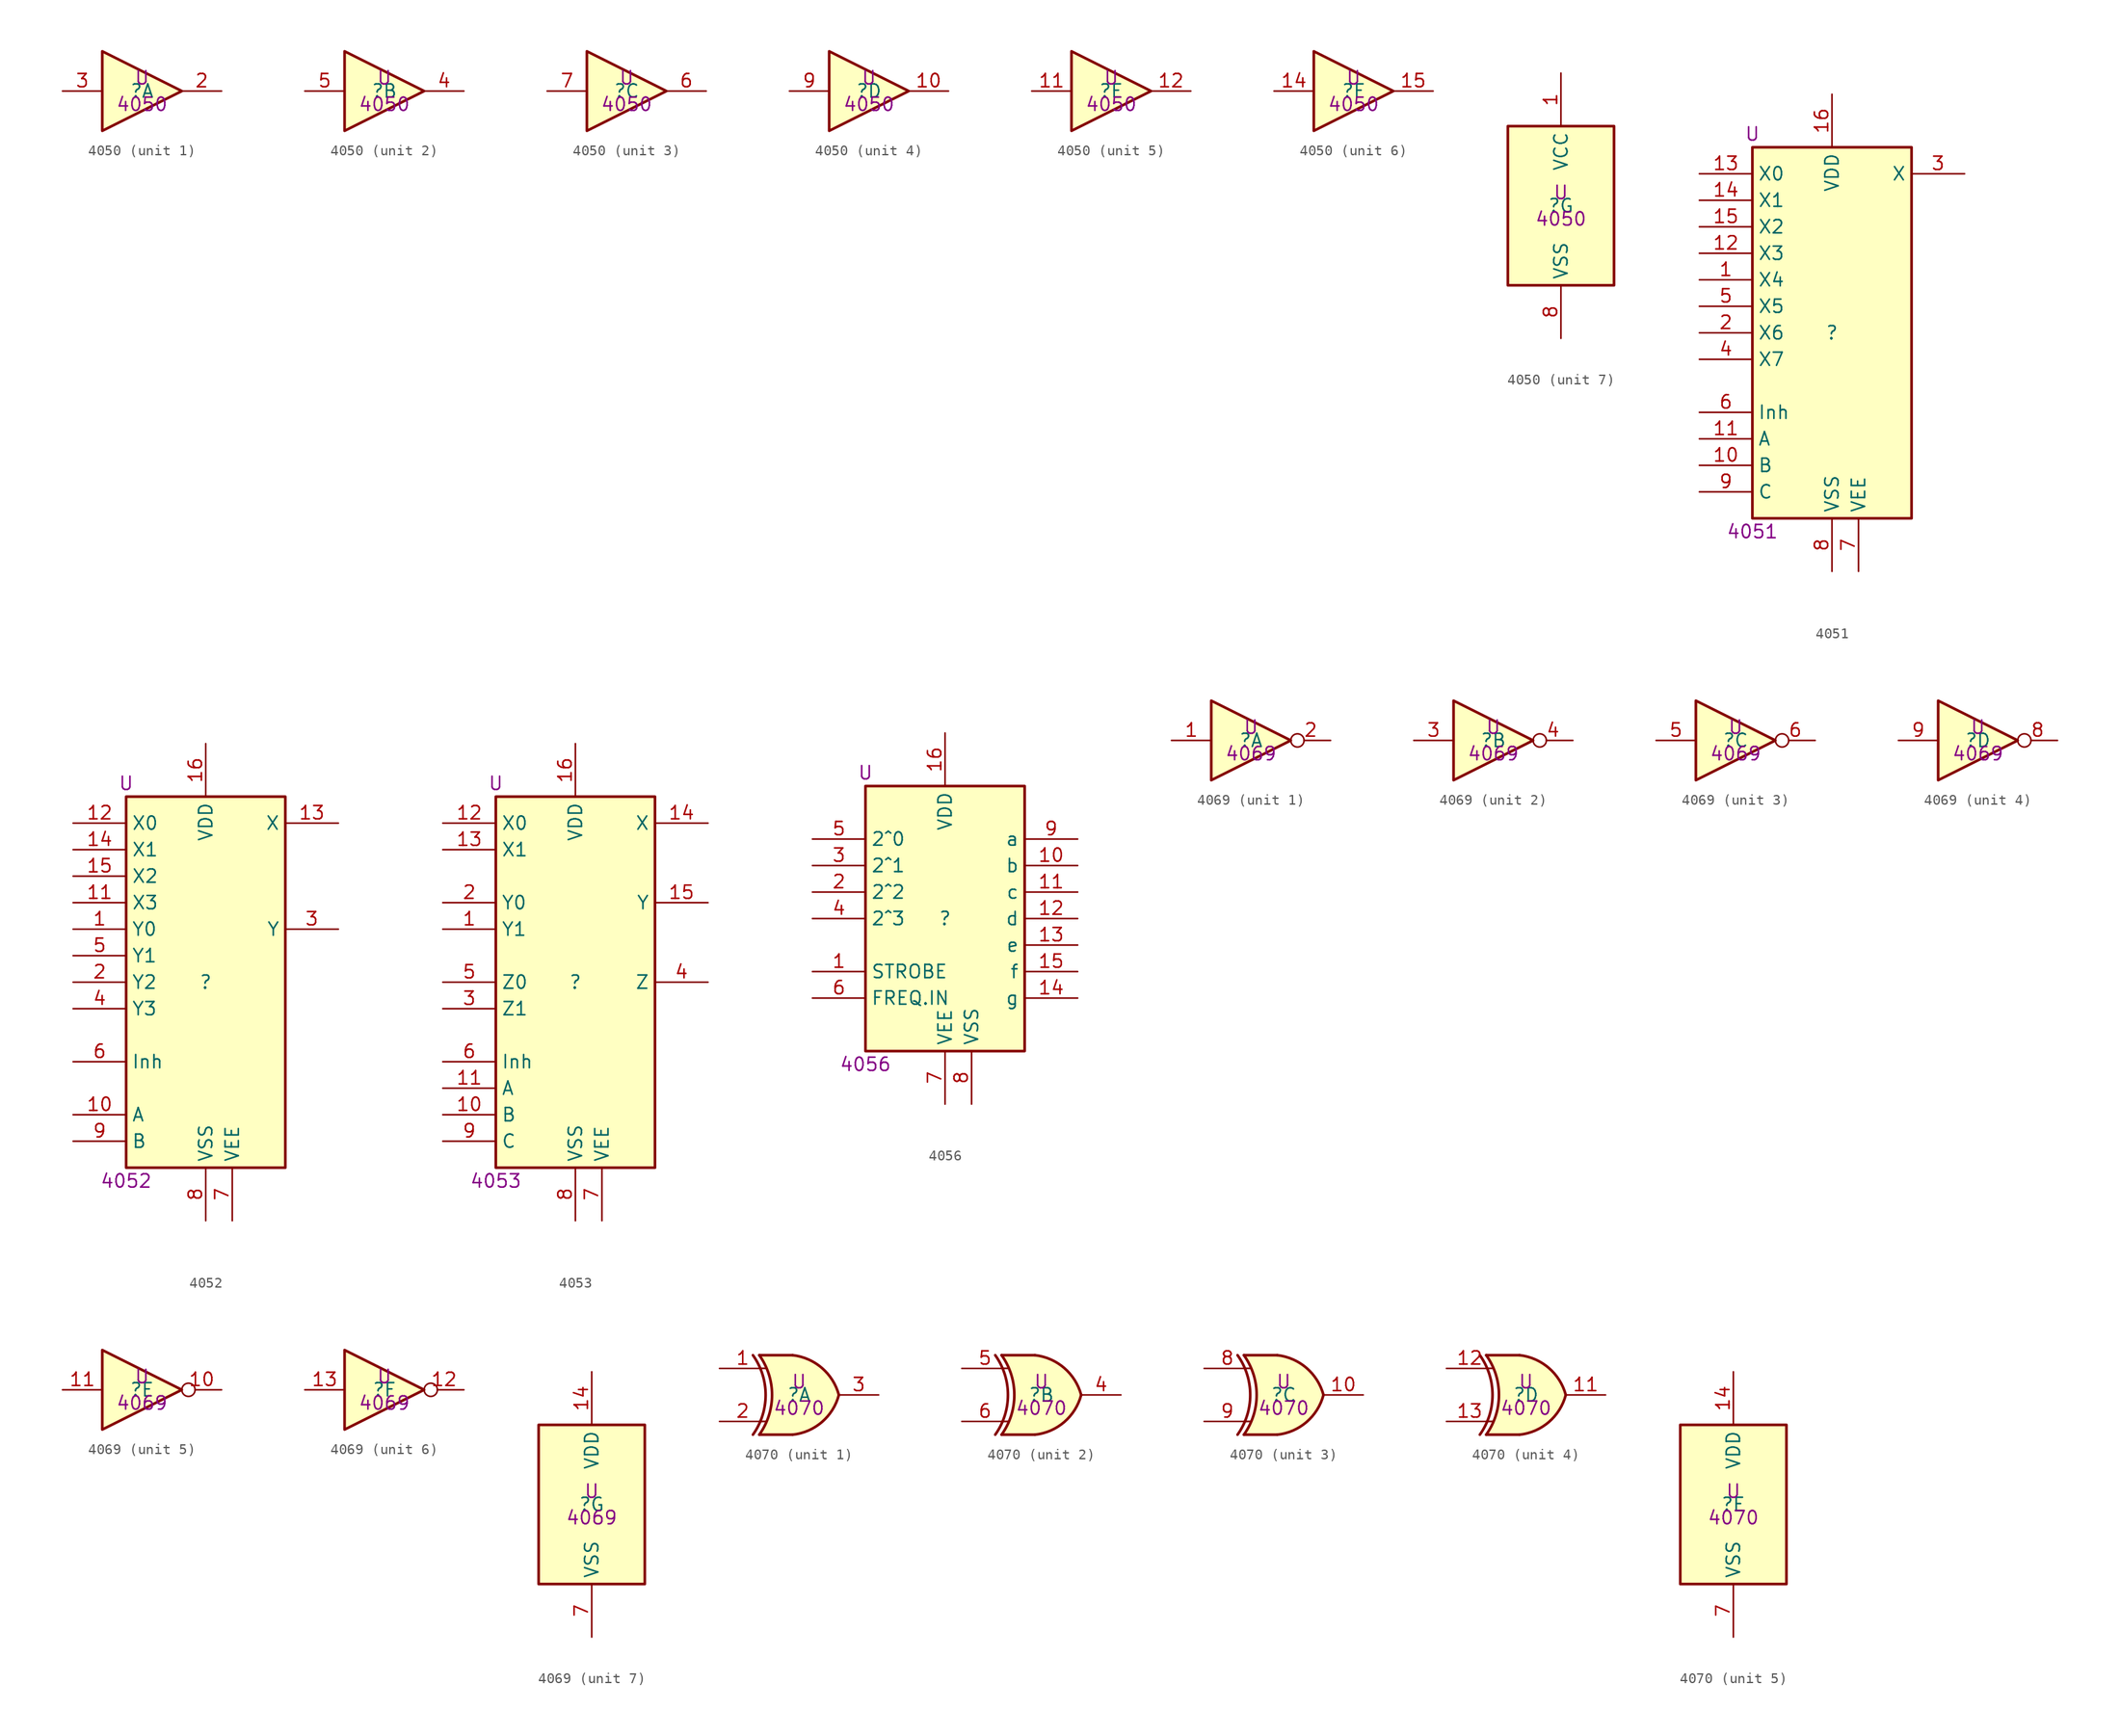
<source format=kicad_sym>
(kicad_symbol_lib
  (version 20200126)
  (host kicad_symbol_editor "(5.99.0-1075-g01a6d0067)")
  (symbol "4050"
    (property "ki_reference" "U"
      (at 0 1.27 0))
    (property "ki_value" "4050"
      (at 0 -1.27 0))
    (property "ki_locked" ""
      (at 0 0 0))
    (symbol "4050_7_1"
      (rectangle (start -5.08 7.62) (end 5.08 -7.62) (stroke (width 0.254)) (fill (type background))))
    (symbol "4050_1_0"
      (polyline (pts (xy -3.81 3.81) (xy -3.81 -3.81) (xy 3.81 0) (xy -3.81 3.81)) (stroke (width 0.254)) (fill (type background)))
      (pin output line (at 7.62 0 180) (length 3.81) (name "~") (number "2"))
      (pin input line (at -7.62 0 0) (length 3.81) (name "~") (number "3")))
    (symbol "4050_2_0"
      (polyline (pts (xy -3.81 3.81) (xy -3.81 -3.81) (xy 3.81 0) (xy -3.81 3.81)) (stroke (width 0.254)) (fill (type background)))
      (pin output line (at 7.62 0 180) (length 3.81) (name "~") (number "4"))
      (pin input line (at -7.62 0 0) (length 3.81) (name "~") (number "5")))
    (symbol "4050_3_0"
      (polyline (pts (xy -3.81 3.81) (xy -3.81 -3.81) (xy 3.81 0) (xy -3.81 3.81)) (stroke (width 0.254)) (fill (type background)))
      (pin output line (at 7.62 0 180) (length 3.81) (name "~") (number "6"))
      (pin input line (at -7.62 0 0) (length 3.81) (name "~") (number "7")))
    (symbol "4050_4_0"
      (polyline (pts (xy -3.81 3.81) (xy -3.81 -3.81) (xy 3.81 0) (xy -3.81 3.81)) (stroke (width 0.254)) (fill (type background)))
      (pin output line (at 7.62 0 180) (length 3.81) (name "~") (number "10"))
      (pin input line (at -7.62 0 0) (length 3.81) (name "~") (number "9")))
    (symbol "4050_5_0"
      (polyline (pts (xy -3.81 3.81) (xy -3.81 -3.81) (xy 3.81 0) (xy -3.81 3.81)) (stroke (width 0.254)) (fill (type background)))
      (pin input line (at -7.62 0 0) (length 3.81) (name "~") (number "11"))
      (pin output line (at 7.62 0 180) (length 3.81) (name "~") (number "12")))
    (symbol "4050_6_0"
      (polyline (pts (xy -3.81 3.81) (xy -3.81 -3.81) (xy 3.81 0) (xy -3.81 3.81)) (stroke (width 0.254)) (fill (type background)))
      (pin input line (at -7.62 0 0) (length 3.81) (name "~") (number "14"))
      (pin output line (at 7.62 0 180) (length 3.81) (name "~") (number "15")))
    (symbol "4050_7_0"
      (pin power_in line (at 0 12.7 270) (length 5.08) (name "VCC") (number "1"))
      (pin power_in line (at 0 -12.7 90) (length 5.08) (name "VSS") (number "8"))))
  (symbol "4051"
    (property "ki_reference" "U"
      (at -7.62 19.05 0))
    (property "ki_value" "4051"
      (at -7.62 -19.05 0))
    (property "ki_locked" ""
      (at 0 0 0))
    (symbol "4051_1_1"
      (rectangle (start -7.62 17.78) (end 7.62 -17.78) (stroke (width 0.254)) (fill (type background))))
    (symbol "4051_1_0"
      (pin passive line (at -12.7 5.08 0) (length 5.08) (name "X4") (number "1"))
      (pin input line (at -12.7 -12.7 0) (length 5.08) (name "B") (number "10"))
      (pin input line (at -12.7 -10.16 0) (length 5.08) (name "A") (number "11"))
      (pin passive line (at -12.7 7.62 0) (length 5.08) (name "X3") (number "12"))
      (pin passive line (at -12.7 15.24 0) (length 5.08) (name "X0") (number "13"))
      (pin passive line (at -12.7 12.7 0) (length 5.08) (name "X1") (number "14"))
      (pin passive line (at -12.7 10.16 0) (length 5.08) (name "X2") (number "15"))
      (pin power_in line (at 0 22.86 270) (length 5.08) (name "VDD") (number "16"))
      (pin passive line (at -12.7 0 0) (length 5.08) (name "X6") (number "2"))
      (pin passive line (at 12.7 15.24 180) (length 5.08) (name "X") (number "3"))
      (pin passive line (at -12.7 -2.54 0) (length 5.08) (name "X7") (number "4"))
      (pin passive line (at -12.7 2.54 0) (length 5.08) (name "X5") (number "5"))
      (pin input line (at -12.7 -7.62 0) (length 5.08) (name "Inh") (number "6"))
      (pin power_in line (at 2.54 -22.86 90) (length 5.08) (name "VEE") (number "7"))
      (pin power_in line (at 0 -22.86 90) (length 5.08) (name "VSS") (number "8"))
      (pin input line (at -12.7 -15.24 0) (length 5.08) (name "C") (number "9"))))
  (symbol "4052"
    (property "ki_reference" "U"
      (at -7.62 19.05 0))
    (property "ki_value" "4052"
      (at -7.62 -19.05 0))
    (property "ki_locked" ""
      (at 0 0 0))
    (symbol "4052_1_1"
      (rectangle (start -7.62 17.78) (end 7.62 -17.78) (stroke (width 0.254)) (fill (type background))))
    (symbol "4052_1_0"
      (pin passive line (at -12.7 5.08 0) (length 5.08) (name "Y0") (number "1"))
      (pin input line (at -12.7 -12.7 0) (length 5.08) (name "A") (number "10"))
      (pin passive line (at -12.7 7.62 0) (length 5.08) (name "X3") (number "11"))
      (pin passive line (at -12.7 15.24 0) (length 5.08) (name "X0") (number "12"))
      (pin passive line (at 12.7 15.24 180) (length 5.08) (name "X") (number "13"))
      (pin passive line (at -12.7 12.7 0) (length 5.08) (name "X1") (number "14"))
      (pin passive line (at -12.7 10.16 0) (length 5.08) (name "X2") (number "15"))
      (pin power_in line (at 0 22.86 270) (length 5.08) (name "VDD") (number "16"))
      (pin passive line (at -12.7 0 0) (length 5.08) (name "Y2") (number "2"))
      (pin passive line (at 12.7 5.08 180) (length 5.08) (name "Y") (number "3"))
      (pin passive line (at -12.7 -2.54 0) (length 5.08) (name "Y3") (number "4"))
      (pin passive line (at -12.7 2.54 0) (length 5.08) (name "Y1") (number "5"))
      (pin input line (at -12.7 -7.62 0) (length 5.08) (name "Inh") (number "6"))
      (pin power_in line (at 2.54 -22.86 90) (length 5.08) (name "VEE") (number "7"))
      (pin power_in line (at 0 -22.86 90) (length 5.08) (name "VSS") (number "8"))
      (pin input line (at -12.7 -15.24 0) (length 5.08) (name "B") (number "9"))))
  (symbol "4053"
    (property "ki_reference" "U"
      (at -7.62 19.05 0))
    (property "ki_value" "4053"
      (at -7.62 -19.05 0))
    (property "ki_locked" ""
      (at 0 0 0))
    (symbol "4053_1_1"
      (rectangle (start -7.62 17.78) (end 7.62 -17.78) (stroke (width 0.254)) (fill (type background))))
    (symbol "4053_1_0"
      (pin passive line (at -12.7 5.08 0) (length 5.08) (name "Y1") (number "1"))
      (pin input line (at -12.7 -12.7 0) (length 5.08) (name "B") (number "10"))
      (pin input line (at -12.7 -10.16 0) (length 5.08) (name "A") (number "11"))
      (pin passive line (at -12.7 15.24 0) (length 5.08) (name "X0") (number "12"))
      (pin passive line (at -12.7 12.7 0) (length 5.08) (name "X1") (number "13"))
      (pin passive line (at 12.7 15.24 180) (length 5.08) (name "X") (number "14"))
      (pin passive line (at 12.7 7.62 180) (length 5.08) (name "Y") (number "15"))
      (pin power_in line (at 0 22.86 270) (length 5.08) (name "VDD") (number "16"))
      (pin passive line (at -12.7 7.62 0) (length 5.08) (name "Y0") (number "2"))
      (pin passive line (at -12.7 -2.54 0) (length 5.08) (name "Z1") (number "3"))
      (pin passive line (at 12.7 0 180) (length 5.08) (name "Z") (number "4"))
      (pin passive line (at -12.7 0 0) (length 5.08) (name "Z0") (number "5"))
      (pin input line (at -12.7 -7.62 0) (length 5.08) (name "Inh") (number "6"))
      (pin power_in line (at 2.54 -22.86 90) (length 5.08) (name "VEE") (number "7"))
      (pin power_in line (at 0 -22.86 90) (length 5.08) (name "VSS") (number "8"))
      (pin input line (at -12.7 -15.24 0) (length 5.08) (name "C") (number "9"))))
  (symbol "4056"
    (property "ki_reference" "U"
      (at -7.62 13.97 0))
    (property "ki_value" "4056"
      (at -7.62 -13.97 0))
    (property "ki_locked" ""
      (at 0 0 0))
    (symbol "4056_1_1"
      (rectangle (start -7.62 12.7) (end 7.62 -12.7) (stroke (width 0.254)) (fill (type background))))
    (symbol "4056_1_0"
      (pin input line (at -12.7 -5.08 0) (length 5.08) (name "STROBE") (number "1"))
      (pin output line (at 12.7 5.08 180) (length 5.08) (name "b") (number "10"))
      (pin output line (at 12.7 2.54 180) (length 5.08) (name "c") (number "11"))
      (pin output line (at 12.7 0 180) (length 5.08) (name "d") (number "12"))
      (pin output line (at 12.7 -2.54 180) (length 5.08) (name "e") (number "13"))
      (pin output line (at 12.7 -7.62 180) (length 5.08) (name "g") (number "14"))
      (pin output line (at 12.7 -5.08 180) (length 5.08) (name "f") (number "15"))
      (pin power_in line (at 0 17.78 270) (length 5.08) (name "VDD") (number "16"))
      (pin input line (at -12.7 2.54 0) (length 5.08) (name "2^2") (number "2"))
      (pin input line (at -12.7 5.08 0) (length 5.08) (name "2^1") (number "3"))
      (pin input line (at -12.7 0 0) (length 5.08) (name "2^3") (number "4"))
      (pin input line (at -12.7 7.62 0) (length 5.08) (name "2^0") (number "5"))
      (pin input line (at -12.7 -7.62 0) (length 5.08) (name "FREQ.IN") (number "6"))
      (pin power_in line (at 0 -17.78 90) (length 5.08) (name "VEE") (number "7"))
      (pin power_in line (at 2.54 -17.78 90) (length 5.08) (name "VSS") (number "8"))
      (pin output line (at 12.7 7.62 180) (length 5.08) (name "a") (number "9"))))
  (symbol "4069"
    (property "ki_reference" "U"
      (at 0 1.27 0))
    (property "ki_value" "4069"
      (at 0 -1.27 0))
    (property "ki_locked" ""
      (at 0 0 0))
    (symbol "4069_7_1"
      (rectangle (start -5.08 7.62) (end 5.08 -7.62) (stroke (width 0.254)) (fill (type background))))
    (symbol "4069_1_0"
      (polyline (pts (xy -3.81 3.81) (xy -3.81 -3.81) (xy 3.81 0) (xy -3.81 3.81)) (stroke (width 0.254)) (fill (type background)))
      (pin input line (at -7.62 0 0) (length 3.81) (name "~") (number "1"))
      (pin output inverted (at 7.62 0 180) (length 3.81) (name "~") (number "2")))
    (symbol "4069_2_0"
      (polyline (pts (xy -3.81 3.81) (xy -3.81 -3.81) (xy 3.81 0) (xy -3.81 3.81)) (stroke (width 0.254)) (fill (type background)))
      (pin input line (at -7.62 0 0) (length 3.81) (name "~") (number "3"))
      (pin output inverted (at 7.62 0 180) (length 3.81) (name "~") (number "4")))
    (symbol "4069_3_0"
      (polyline (pts (xy -3.81 3.81) (xy -3.81 -3.81) (xy 3.81 0) (xy -3.81 3.81)) (stroke (width 0.254)) (fill (type background)))
      (pin input line (at -7.62 0 0) (length 3.81) (name "~") (number "5"))
      (pin output inverted (at 7.62 0 180) (length 3.81) (name "~") (number "6")))
    (symbol "4069_4_0"
      (polyline (pts (xy -3.81 3.81) (xy -3.81 -3.81) (xy 3.81 0) (xy -3.81 3.81)) (stroke (width 0.254)) (fill (type background)))
      (pin output inverted (at 7.62 0 180) (length 3.81) (name "~") (number "8"))
      (pin input line (at -7.62 0 0) (length 3.81) (name "~") (number "9")))
    (symbol "4069_5_0"
      (polyline (pts (xy -3.81 3.81) (xy -3.81 -3.81) (xy 3.81 0) (xy -3.81 3.81)) (stroke (width 0.254)) (fill (type background)))
      (pin output inverted (at 7.62 0 180) (length 3.81) (name "~") (number "10"))
      (pin input line (at -7.62 0 0) (length 3.81) (name "~") (number "11")))
    (symbol "4069_6_0"
      (polyline (pts (xy -3.81 3.81) (xy -3.81 -3.81) (xy 3.81 0) (xy -3.81 3.81)) (stroke (width 0.254)) (fill (type background)))
      (pin output inverted (at 7.62 0 180) (length 3.81) (name "~") (number "12"))
      (pin input line (at -7.62 0 0) (length 3.81) (name "~") (number "13")))
    (symbol "4069_7_0"
      (pin power_in line (at 0 12.7 270) (length 5.08) (name "VDD") (number "14"))
      (pin power_in line (at 0 -12.7 90) (length 5.08) (name "VSS") (number "7"))))
  (symbol "4070"
    (property "ki_reference" "U"
      (at 0 1.27 0))
    (property "ki_value" "4070"
      (at 0 -1.27 0))
    (property "ki_locked" ""
      (at 0 0 0))
    (symbol "4070_1_0"
      (arc (start -4.4196 3.81) (end -4.4196 -3.81) (radius (at -9.779 0) (length 6.5532) (angles 35.4 -35.4)) (stroke (width 0.254)))
      (arc (start -3.81 3.81) (end -3.81 -3.81) (radius (at -9.144 0) (length 6.5532) (angles 35.4 -35.4)) (stroke (width 0.254)))
      (arc (start 3.81 0) (end -0.6096 3.81) (radius (at -1.1938 -1.3208) (length 5.1816) (angles 15 83.7)) (stroke (width 0.254)) (fill (type background)))
      (arc (start 3.81 0) (end -0.6096 -3.81) (radius (at -1.1938 1.3208) (length 5.1816) (angles -15 -83.7)) (stroke (width 0.254)) (fill (type background)))
      (polyline (pts (xy -3.81 -3.81) (xy -0.635 -3.81)) (stroke (width 0.254)) (fill (type background)))
      (polyline (pts (xy -3.81 3.81) (xy -0.635 3.81)) (stroke (width 0.254)) (fill (type background)))
      (polyline (pts (xy -0.635 3.81) (xy -3.81 3.81) (xy -3.81 3.81) (xy -3.556 3.404) (xy -3.023 2.261) (xy -2.692 1.041) (xy -2.616 -0.254) (xy -2.769 -1.499) (xy -3.175 -2.718) (xy -3.81 -3.81) (xy -3.81 -3.81) (xy -0.635 -3.81)) (stroke (width -25.4)) (fill (type background)))
      (pin input line (at -7.62 2.54 0) (length 4.445) (name "~") (number "1"))
      (pin input line (at -7.62 -2.54 0) (length 4.445) (name "~") (number "2"))
      (pin output line (at 7.62 0 180) (length 3.81) (name "~") (number "3")))
    (symbol "4070_2_0"
      (arc (start -4.4196 3.81) (end -4.4196 -3.81) (radius (at -9.779 0) (length 6.5532) (angles 35.4 -35.4)) (stroke (width 0.254)))
      (arc (start -3.81 3.81) (end -3.81 -3.81) (radius (at -9.144 0) (length 6.5532) (angles 35.4 -35.4)) (stroke (width 0.254)))
      (arc (start 3.81 0) (end -0.6096 3.81) (radius (at -1.1938 -1.3208) (length 5.1816) (angles 15 83.7)) (stroke (width 0.254)) (fill (type background)))
      (arc (start 3.81 0) (end -0.6096 -3.81) (radius (at -1.1938 1.3208) (length 5.1816) (angles -15 -83.7)) (stroke (width 0.254)) (fill (type background)))
      (polyline (pts (xy -3.81 -3.81) (xy -0.635 -3.81)) (stroke (width 0.254)) (fill (type background)))
      (polyline (pts (xy -3.81 3.81) (xy -0.635 3.81)) (stroke (width 0.254)) (fill (type background)))
      (polyline (pts (xy -0.635 3.81) (xy -3.81 3.81) (xy -3.81 3.81) (xy -3.556 3.404) (xy -3.023 2.261) (xy -2.692 1.041) (xy -2.616 -0.254) (xy -2.769 -1.499) (xy -3.175 -2.718) (xy -3.81 -3.81) (xy -3.81 -3.81) (xy -0.635 -3.81)) (stroke (width -25.4)) (fill (type background)))
      (pin output line (at 7.62 0 180) (length 3.81) (name "~") (number "4"))
      (pin input line (at -7.62 2.54 0) (length 4.445) (name "~") (number "5"))
      (pin input line (at -7.62 -2.54 0) (length 4.445) (name "~") (number "6")))
    (symbol "4070_3_0"
      (arc (start -4.4196 3.81) (end -4.4196 -3.81) (radius (at -9.779 0) (length 6.5532) (angles 35.4 -35.4)) (stroke (width 0.254)))
      (arc (start -3.81 3.81) (end -3.81 -3.81) (radius (at -9.144 0) (length 6.5532) (angles 35.4 -35.4)) (stroke (width 0.254)))
      (arc (start 3.81 0) (end -0.6096 3.81) (radius (at -1.1938 -1.3208) (length 5.1816) (angles 15 83.7)) (stroke (width 0.254)) (fill (type background)))
      (arc (start 3.81 0) (end -0.6096 -3.81) (radius (at -1.1938 1.3208) (length 5.1816) (angles -15 -83.7)) (stroke (width 0.254)) (fill (type background)))
      (polyline (pts (xy -3.81 -3.81) (xy -0.635 -3.81)) (stroke (width 0.254)) (fill (type background)))
      (polyline (pts (xy -3.81 3.81) (xy -0.635 3.81)) (stroke (width 0.254)) (fill (type background)))
      (polyline (pts (xy -0.635 3.81) (xy -3.81 3.81) (xy -3.81 3.81) (xy -3.556 3.404) (xy -3.023 2.261) (xy -2.692 1.041) (xy -2.616 -0.254) (xy -2.769 -1.499) (xy -3.175 -2.718) (xy -3.81 -3.81) (xy -3.81 -3.81) (xy -0.635 -3.81)) (stroke (width -25.4)) (fill (type background)))
      (pin output line (at 7.62 0 180) (length 3.81) (name "~") (number "10"))
      (pin input line (at -7.62 2.54 0) (length 4.445) (name "~") (number "8"))
      (pin input line (at -7.62 -2.54 0) (length 4.445) (name "~") (number "9")))
    (symbol "4070_4_0"
      (arc (start -4.4196 3.81) (end -4.4196 -3.81) (radius (at -9.779 0) (length 6.5532) (angles 35.4 -35.4)) (stroke (width 0.254)))
      (arc (start -3.81 3.81) (end -3.81 -3.81) (radius (at -9.144 0) (length 6.5532) (angles 35.4 -35.4)) (stroke (width 0.254)))
      (arc (start 3.81 0) (end -0.6096 3.81) (radius (at -1.1938 -1.3208) (length 5.1816) (angles 15 83.7)) (stroke (width 0.254)) (fill (type background)))
      (arc (start 3.81 0) (end -0.6096 -3.81) (radius (at -1.1938 1.3208) (length 5.1816) (angles -15 -83.7)) (stroke (width 0.254)) (fill (type background)))
      (polyline (pts (xy -3.81 -3.81) (xy -0.635 -3.81)) (stroke (width 0.254)) (fill (type background)))
      (polyline (pts (xy -3.81 3.81) (xy -0.635 3.81)) (stroke (width 0.254)) (fill (type background)))
      (polyline (pts (xy -0.635 3.81) (xy -3.81 3.81) (xy -3.81 3.81) (xy -3.556 3.404) (xy -3.023 2.261) (xy -2.692 1.041) (xy -2.616 -0.254) (xy -2.769 -1.499) (xy -3.175 -2.718) (xy -3.81 -3.81) (xy -3.81 -3.81) (xy -0.635 -3.81)) (stroke (width -25.4)) (fill (type background)))
      (pin output line (at 7.62 0 180) (length 3.81) (name "~") (number "11"))
      (pin input line (at -7.62 2.54 0) (length 4.445) (name "~") (number "12"))
      (pin input line (at -7.62 -2.54 0) (length 4.445) (name "~") (number "13")))
    (symbol "4070_5_1"
      (rectangle (start -5.08 7.62) (end 5.08 -7.62) (stroke (width 0.254)) (fill (type background))))
    (symbol "4070_1_1"
      (polyline (pts (xy -3.81 -2.54) (xy -3.175 -2.54)))
      (polyline (pts (xy -3.81 2.54) (xy -3.175 2.54))))
    (symbol "4070_2_1"
      (polyline (pts (xy -3.81 -2.54) (xy -3.175 -2.54)))
      (polyline (pts (xy -3.81 2.54) (xy -3.175 2.54))))
    (symbol "4070_3_1"
      (polyline (pts (xy -3.81 -2.54) (xy -3.175 -2.54)))
      (polyline (pts (xy -3.81 2.54) (xy -3.175 2.54))))
    (symbol "4070_4_1"
      (polyline (pts (xy -3.81 -2.54) (xy -3.175 -2.54)))
      (polyline (pts (xy -3.81 2.54) (xy -3.175 2.54))))
    (symbol "4070_5_0"
      (pin power_in line (at 0 12.7 270) (length 5.08) (name "VDD") (number "14"))
      (pin power_in line (at 0 -12.7 90) (length 5.08) (name "VSS") (number "7")))))
</source>
